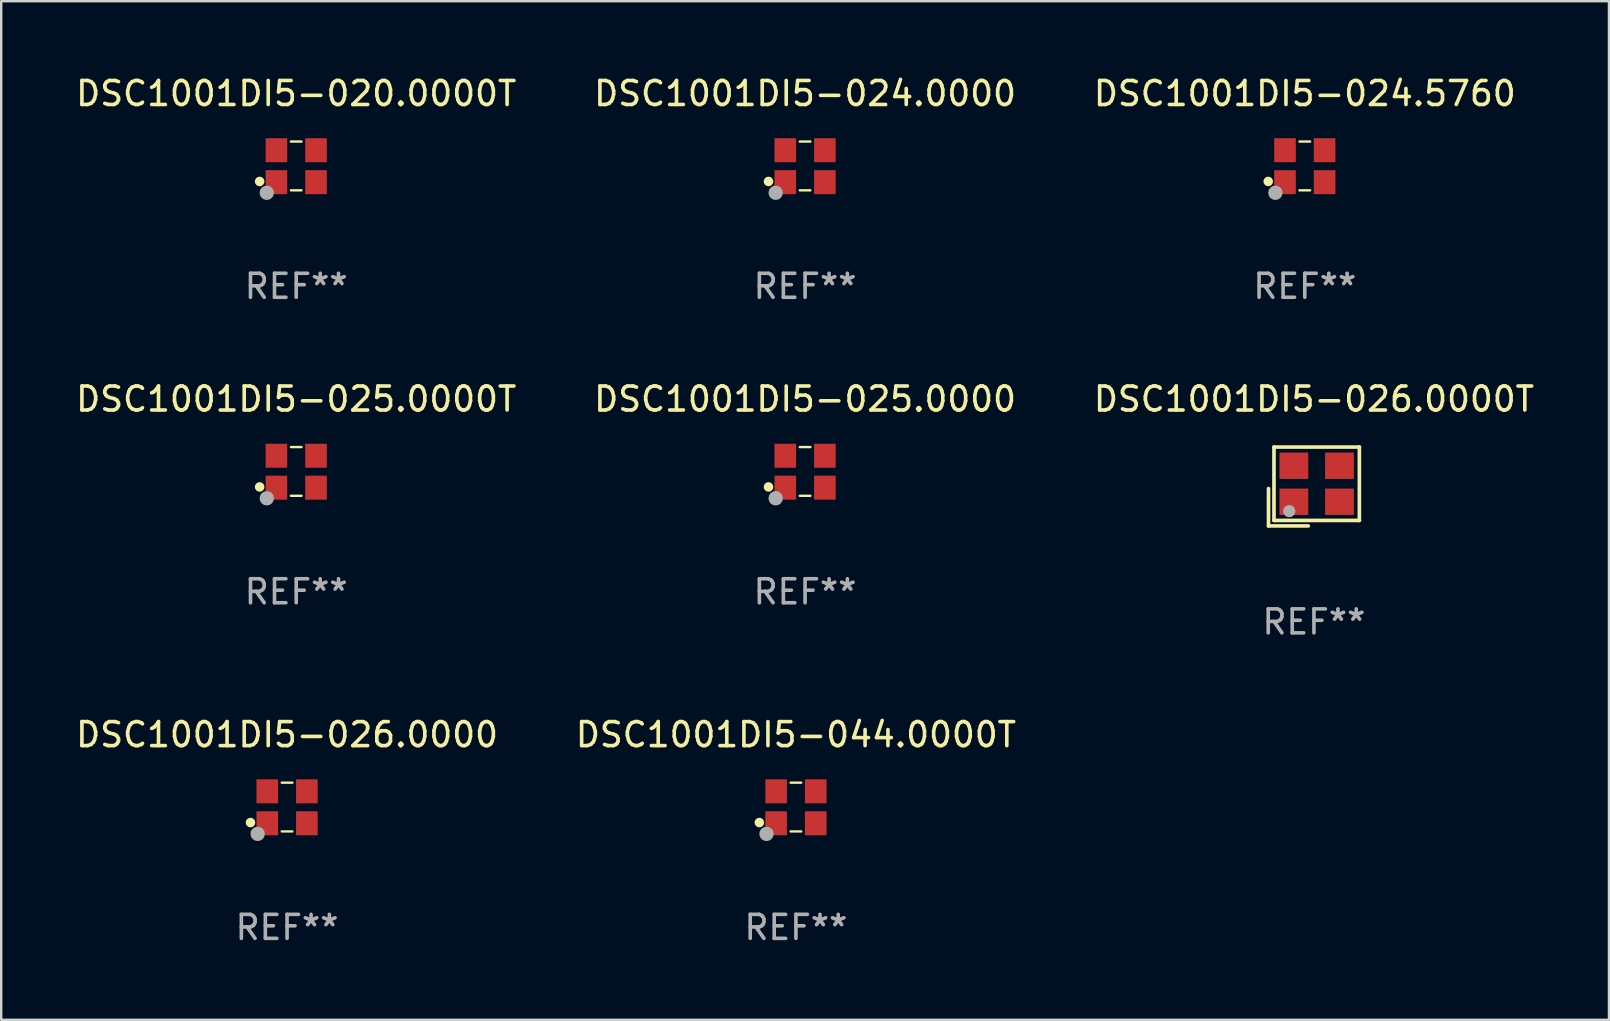
<source format=kicad_pcb>
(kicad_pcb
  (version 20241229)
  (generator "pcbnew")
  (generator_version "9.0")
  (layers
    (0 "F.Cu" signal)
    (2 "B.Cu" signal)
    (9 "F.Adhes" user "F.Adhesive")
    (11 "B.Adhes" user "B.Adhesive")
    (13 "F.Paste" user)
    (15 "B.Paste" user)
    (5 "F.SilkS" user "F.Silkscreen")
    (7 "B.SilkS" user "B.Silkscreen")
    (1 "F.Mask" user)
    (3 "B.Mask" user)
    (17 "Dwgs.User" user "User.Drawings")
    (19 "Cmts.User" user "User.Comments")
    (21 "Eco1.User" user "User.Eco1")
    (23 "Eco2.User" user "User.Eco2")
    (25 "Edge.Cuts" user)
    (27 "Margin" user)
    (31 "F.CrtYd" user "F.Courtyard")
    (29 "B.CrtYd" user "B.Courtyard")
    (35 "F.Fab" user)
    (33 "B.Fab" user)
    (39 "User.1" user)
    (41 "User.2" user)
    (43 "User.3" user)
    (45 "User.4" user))
  (footprint "DSC1001DI5-026.0000T"
    (layer "F.Cu")
    (at 51.696 17.22)
    (property "Reference" "DSC1001DI5-026.0000T" (at 0 -3.643 0) (layer "F.SilkS") (effects (font (size 1 1) (thickness 0.15))))
    (attr through_hole)
    (fp_line (start -1.893 0.086) (end -1.893 1.643) (stroke (width 0.152) (type solid)) (layer "F.SilkS"))
    (fp_line (start -1.893 1.643) (end -0.237 1.643) (stroke (width 0.152) (type solid)) (layer "F.SilkS"))
    (fp_line (start -1.665 -1.643) (end 1.893 -1.643) (stroke (width 0.152) (type solid)) (layer "F.SilkS"))
    (fp_line (start -1.665 1.414) (end -1.665 -1.643) (stroke (width 0.152) (type solid)) (layer "F.SilkS"))
    (fp_line (start 1.893 -1.643) (end 1.893 1.414) (stroke (width 0.152) (type solid)) (layer "F.SilkS"))
    (fp_line (start 1.893 1.414) (end -1.665 1.414) (stroke (width 0.152) (type solid)) (layer "F.SilkS"))
    (fp_circle (center -1.136 0.885) (end -1.106 0.885) (stroke (width 0.06) (type solid)) (fill no) (layer "F.SilkS"))
    (fp_circle (center -1.029 1.028) (end -0.902 1.028) (stroke (width 0.254) (type solid)) (fill no) (layer "F.Fab"))
    (fp_text user "REF**" (at 0 5.643 0) (layer "F.Fab") (effects (font (size 1 1) (thickness 0.15))))
    (pad "1" smd rect (at -0.836 0.636) (size 1.2 1.1) (layers "F.Cu" "F.Mask" "F.Paste"))
    (pad "2" smd rect (at 1.064 0.636) (size 1.2 1.1) (layers "F.Cu" "F.Mask" "F.Paste"))
    (pad "3" smd rect (at 1.064 -0.865) (size 1.2 1.1) (layers "F.Cu" "F.Mask" "F.Paste"))
    (pad "4" smd rect (at -0.836 -0.865) (size 1.2 1.1) (layers "F.Cu" "F.Mask" "F.Paste")))
  (footprint "DSC1001DI5-025.0000T"
    (layer "F.Cu")
    (at 9.292 16.593)
    (property "Reference" "DSC1001DI5-025.0000T" (at 0 -3.016 0) (layer "F.SilkS") (effects (font (size 1 1) (thickness 0.15))))
    (attr through_hole)
    (fp_line (start -0.221 -1.016) (end 0.221 -1.016) (stroke (width 0.1) (type solid)) (layer "F.SilkS"))
    (fp_line (start -0.221 1.016) (end 0.221 1.016) (stroke (width 0.1) (type solid)) (layer "F.SilkS"))
    (fp_circle (center -1.524 0.646) (end -1.424 0.646) (stroke (width 0.2) (type solid)) (fill no) (layer "F.SilkS"))
    (fp_circle (center -1.25 1) (end -1.22 1) (stroke (width 0.06) (type solid)) (fill no) (layer "F.SilkS"))
    (fp_circle (center -1.226 1.118) (end -1.076 1.118) (stroke (width 0.3) (type solid)) (fill no) (layer "F.Fab"))
    (fp_text user "REF**" (at 0 5.016 0) (layer "F.Fab") (effects (font (size 1 1) (thickness 0.15))))
    (pad "1" smd rect (at -0.825 0.676) (size 0.9 1) (layers "F.Cu" "F.Mask" "F.Paste"))
    (pad "2" smd rect (at 0.825 0.676) (size 0.9 1) (layers "F.Cu" "F.Mask" "F.Paste"))
    (pad "3" smd rect (at 0.825 -0.655) (size 0.9 1) (layers "F.Cu" "F.Mask" "F.Paste"))
    (pad "4" smd rect (at -0.825 -0.655) (size 0.9 1) (layers "F.Cu" "F.Mask" "F.Paste")))
  (footprint "DSC1001DI5-044.0000T"
    (layer "F.Cu")
    (at 30.113 30.576)
    (property "Reference" "DSC1001DI5-044.0000T" (at 0 -3.016 0) (layer "F.SilkS") (effects (font (size 1 1) (thickness 0.15))))
    (attr through_hole)
    (fp_line (start -0.221 -1.016) (end 0.221 -1.016) (stroke (width 0.1) (type solid)) (layer "F.SilkS"))
    (fp_line (start -0.221 1.016) (end 0.221 1.016) (stroke (width 0.1) (type solid)) (layer "F.SilkS"))
    (fp_circle (center -1.524 0.646) (end -1.424 0.646) (stroke (width 0.2) (type solid)) (fill no) (layer "F.SilkS"))
    (fp_circle (center -1.25 1) (end -1.22 1) (stroke (width 0.06) (type solid)) (fill no) (layer "F.SilkS"))
    (fp_circle (center -1.226 1.118) (end -1.076 1.118) (stroke (width 0.3) (type solid)) (fill no) (layer "F.Fab"))
    (fp_text user "REF**" (at 0 5.016 0) (layer "F.Fab") (effects (font (size 1 1) (thickness 0.15))))
    (pad "1" smd rect (at -0.825 0.676) (size 0.9 1) (layers "F.Cu" "F.Mask" "F.Paste"))
    (pad "2" smd rect (at 0.825 0.676) (size 0.9 1) (layers "F.Cu" "F.Mask" "F.Paste"))
    (pad "3" smd rect (at 0.825 -0.655) (size 0.9 1) (layers "F.Cu" "F.Mask" "F.Paste"))
    (pad "4" smd rect (at -0.825 -0.655) (size 0.9 1) (layers "F.Cu" "F.Mask" "F.Paste")))
  (footprint "DSC1001DI5-026.0000"
    (layer "F.Cu")
    (at 8.911 30.576)
    (property "Reference" "DSC1001DI5-026.0000" (at 0 -3.016 0) (layer "F.SilkS") (effects (font (size 1 1) (thickness 0.15))))
    (attr through_hole)
    (fp_line (start -0.221 -1.016) (end 0.221 -1.016) (stroke (width 0.1) (type solid)) (layer "F.SilkS"))
    (fp_line (start -0.221 1.016) (end 0.221 1.016) (stroke (width 0.1) (type solid)) (layer "F.SilkS"))
    (fp_circle (center -1.524 0.646) (end -1.424 0.646) (stroke (width 0.2) (type solid)) (fill no) (layer "F.SilkS"))
    (fp_circle (center -1.25 1) (end -1.22 1) (stroke (width 0.06) (type solid)) (fill no) (layer "F.SilkS"))
    (fp_circle (center -1.226 1.118) (end -1.076 1.118) (stroke (width 0.3) (type solid)) (fill no) (layer "F.Fab"))
    (fp_text user "REF**" (at 0 5.016 0) (layer "F.Fab") (effects (font (size 1 1) (thickness 0.15))))
    (pad "1" smd rect (at -0.825 0.676) (size 0.9 1) (layers "F.Cu" "F.Mask" "F.Paste"))
    (pad "2" smd rect (at 0.825 0.676) (size 0.9 1) (layers "F.Cu" "F.Mask" "F.Paste"))
    (pad "3" smd rect (at 0.825 -0.655) (size 0.9 1) (layers "F.Cu" "F.Mask" "F.Paste"))
    (pad "4" smd rect (at -0.825 -0.655) (size 0.9 1) (layers "F.Cu" "F.Mask" "F.Paste")))
  (footprint "DSC1001DI5-024.5760"
    (layer "F.Cu")
    (at 51.315 3.864)
    (property "Reference" "DSC1001DI5-024.5760" (at 0 -3.016 0) (layer "F.SilkS") (effects (font (size 1 1) (thickness 0.15))))
    (attr through_hole)
    (fp_line (start -0.221 -1.016) (end 0.221 -1.016) (stroke (width 0.1) (type solid)) (layer "F.SilkS"))
    (fp_line (start -0.221 1.016) (end 0.221 1.016) (stroke (width 0.1) (type solid)) (layer "F.SilkS"))
    (fp_circle (center -1.524 0.646) (end -1.424 0.646) (stroke (width 0.2) (type solid)) (fill no) (layer "F.SilkS"))
    (fp_circle (center -1.25 1) (end -1.22 1) (stroke (width 0.06) (type solid)) (fill no) (layer "F.SilkS"))
    (fp_circle (center -1.226 1.118) (end -1.076 1.118) (stroke (width 0.3) (type solid)) (fill no) (layer "F.Fab"))
    (fp_text user "REF**" (at 0 5.016 0) (layer "F.Fab") (effects (font (size 1 1) (thickness 0.15))))
    (pad "1" smd rect (at -0.825 0.676) (size 0.9 1) (layers "F.Cu" "F.Mask" "F.Paste"))
    (pad "2" smd rect (at 0.825 0.676) (size 0.9 1) (layers "F.Cu" "F.Mask" "F.Paste"))
    (pad "3" smd rect (at 0.825 -0.655) (size 0.9 1) (layers "F.Cu" "F.Mask" "F.Paste"))
    (pad "4" smd rect (at -0.825 -0.655) (size 0.9 1) (layers "F.Cu" "F.Mask" "F.Paste")))
  (footprint "DSC1001DI5-020.0000T"
    (layer "F.Cu")
    (at 9.292 3.864)
    (property "Reference" "DSC1001DI5-020.0000T" (at 0 -3.016 0) (layer "F.SilkS") (effects (font (size 1 1) (thickness 0.15))))
    (attr through_hole)
    (fp_line (start -0.221 -1.016) (end 0.221 -1.016) (stroke (width 0.1) (type solid)) (layer "F.SilkS"))
    (fp_line (start -0.221 1.016) (end 0.221 1.016) (stroke (width 0.1) (type solid)) (layer "F.SilkS"))
    (fp_circle (center -1.524 0.646) (end -1.424 0.646) (stroke (width 0.2) (type solid)) (fill no) (layer "F.SilkS"))
    (fp_circle (center -1.25 1) (end -1.22 1) (stroke (width 0.06) (type solid)) (fill no) (layer "F.SilkS"))
    (fp_circle (center -1.226 1.118) (end -1.076 1.118) (stroke (width 0.3) (type solid)) (fill no) (layer "F.Fab"))
    (fp_text user "REF**" (at 0 5.016 0) (layer "F.Fab") (effects (font (size 1 1) (thickness 0.15))))
    (pad "1" smd rect (at -0.825 0.676) (size 0.9 1) (layers "F.Cu" "F.Mask" "F.Paste"))
    (pad "2" smd rect (at 0.825 0.676) (size 0.9 1) (layers "F.Cu" "F.Mask" "F.Paste"))
    (pad "3" smd rect (at 0.825 -0.655) (size 0.9 1) (layers "F.Cu" "F.Mask" "F.Paste"))
    (pad "4" smd rect (at -0.825 -0.655) (size 0.9 1) (layers "F.Cu" "F.Mask" "F.Paste")))
  (footprint "DSC1001DI5-024.0000"
    (layer "F.Cu")
    (at 30.494 3.864)
    (property "Reference" "DSC1001DI5-024.0000" (at 0 -3.016 0) (layer "F.SilkS") (effects (font (size 1 1) (thickness 0.15))))
    (attr through_hole)
    (fp_line (start -0.221 -1.016) (end 0.221 -1.016) (stroke (width 0.1) (type solid)) (layer "F.SilkS"))
    (fp_line (start -0.221 1.016) (end 0.221 1.016) (stroke (width 0.1) (type solid)) (layer "F.SilkS"))
    (fp_circle (center -1.524 0.646) (end -1.424 0.646) (stroke (width 0.2) (type solid)) (fill no) (layer "F.SilkS"))
    (fp_circle (center -1.25 1) (end -1.22 1) (stroke (width 0.06) (type solid)) (fill no) (layer "F.SilkS"))
    (fp_circle (center -1.226 1.118) (end -1.076 1.118) (stroke (width 0.3) (type solid)) (fill no) (layer "F.Fab"))
    (fp_text user "REF**" (at 0 5.016 0) (layer "F.Fab") (effects (font (size 1 1) (thickness 0.15))))
    (pad "1" smd rect (at -0.825 0.676) (size 0.9 1) (layers "F.Cu" "F.Mask" "F.Paste"))
    (pad "2" smd rect (at 0.825 0.676) (size 0.9 1) (layers "F.Cu" "F.Mask" "F.Paste"))
    (pad "3" smd rect (at 0.825 -0.655) (size 0.9 1) (layers "F.Cu" "F.Mask" "F.Paste"))
    (pad "4" smd rect (at -0.825 -0.655) (size 0.9 1) (layers "F.Cu" "F.Mask" "F.Paste")))
  (footprint "DSC1001DI5-025.0000"
    (layer "F.Cu")
    (at 30.494 16.593)
    (property "Reference" "DSC1001DI5-025.0000" (at 0 -3.016 0) (layer "F.SilkS") (effects (font (size 1 1) (thickness 0.15))))
    (attr through_hole)
    (fp_line (start -0.221 -1.016) (end 0.221 -1.016) (stroke (width 0.1) (type solid)) (layer "F.SilkS"))
    (fp_line (start -0.221 1.016) (end 0.221 1.016) (stroke (width 0.1) (type solid)) (layer "F.SilkS"))
    (fp_circle (center -1.524 0.646) (end -1.424 0.646) (stroke (width 0.2) (type solid)) (fill no) (layer "F.SilkS"))
    (fp_circle (center -1.25 1) (end -1.22 1) (stroke (width 0.06) (type solid)) (fill no) (layer "F.SilkS"))
    (fp_circle (center -1.226 1.118) (end -1.076 1.118) (stroke (width 0.3) (type solid)) (fill no) (layer "F.Fab"))
    (fp_text user "REF**" (at 0 5.016 0) (layer "F.Fab") (effects (font (size 1 1) (thickness 0.15))))
    (pad "1" smd rect (at -0.825 0.676) (size 0.9 1) (layers "F.Cu" "F.Mask" "F.Paste"))
    (pad "2" smd rect (at 0.825 0.676) (size 0.9 1) (layers "F.Cu" "F.Mask" "F.Paste"))
    (pad "3" smd rect (at 0.825 -0.655) (size 0.9 1) (layers "F.Cu" "F.Mask" "F.Paste"))
    (pad "4" smd rect (at -0.825 -0.655) (size 0.9 1) (layers "F.Cu" "F.Mask" "F.Paste")))
  (gr_rect
    (start -3 -3)
    (end 63.988 39.44)
    (stroke (width 0.1) (type default))
    (fill no)
    (layer "Edge.Cuts")))
</source>
